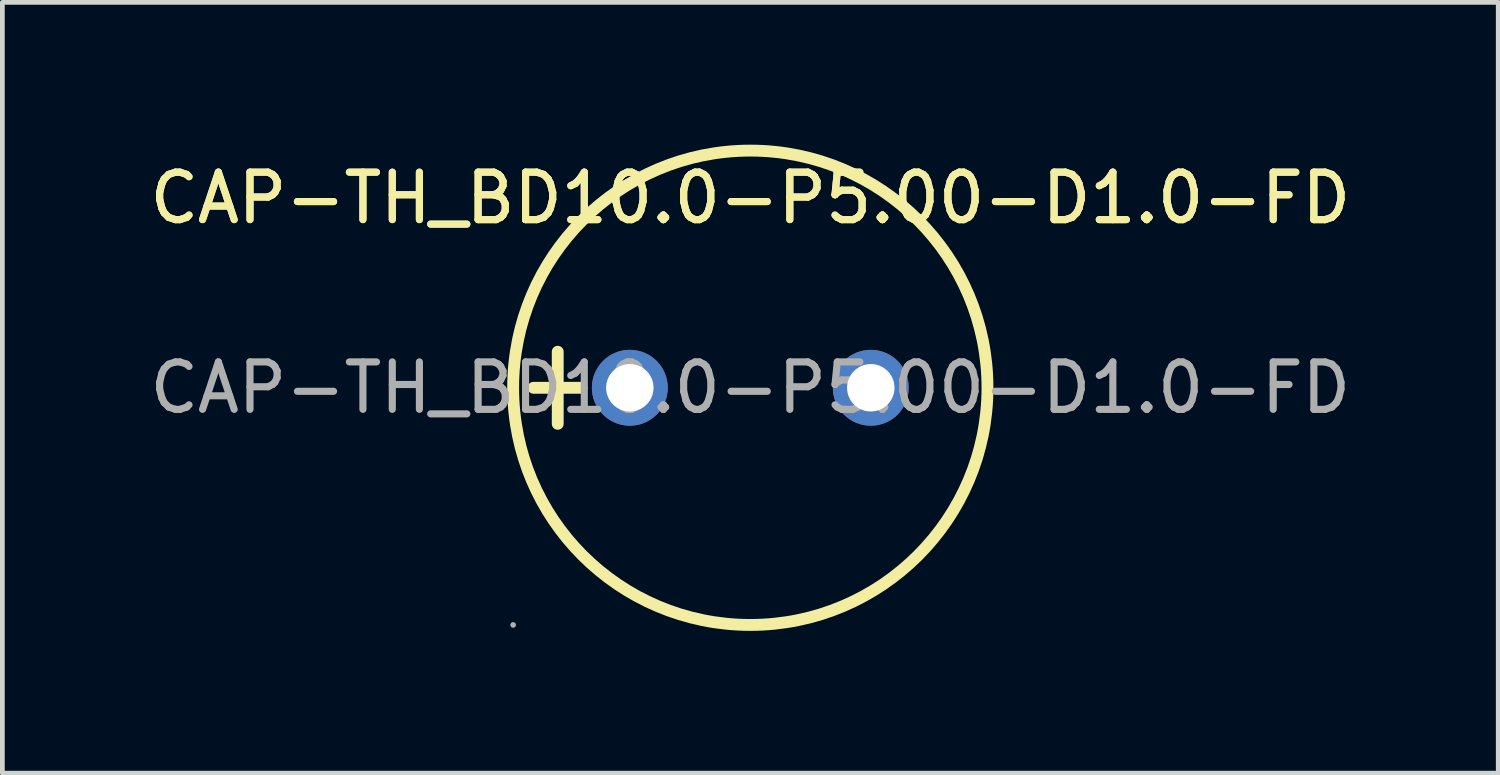
<source format=kicad_pcb>
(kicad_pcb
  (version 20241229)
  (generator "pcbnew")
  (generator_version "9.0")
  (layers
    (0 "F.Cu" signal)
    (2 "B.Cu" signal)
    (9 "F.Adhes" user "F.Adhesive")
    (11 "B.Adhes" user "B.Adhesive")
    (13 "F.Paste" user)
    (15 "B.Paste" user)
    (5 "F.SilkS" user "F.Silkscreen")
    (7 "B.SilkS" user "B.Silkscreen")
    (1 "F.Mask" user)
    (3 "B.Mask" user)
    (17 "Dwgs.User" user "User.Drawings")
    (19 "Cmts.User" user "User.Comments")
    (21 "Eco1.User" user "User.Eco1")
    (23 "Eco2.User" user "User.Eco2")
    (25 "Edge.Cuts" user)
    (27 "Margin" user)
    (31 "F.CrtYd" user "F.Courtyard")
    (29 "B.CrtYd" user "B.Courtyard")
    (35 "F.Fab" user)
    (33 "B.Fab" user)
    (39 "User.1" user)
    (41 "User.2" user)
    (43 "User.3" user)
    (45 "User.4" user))
  (footprint "CAP-TH_BD10.0-P5.00-D1.0-FD"
    (layer "F.Cu")
    (at 12.768 5.125)
    (property "Reference" "CAP-TH_BD10.0-P5.00-D1.0-FD" (at 0 -4 0) (layer "F.SilkS") (effects (font (size 1 1) (thickness 0.15))))
    (attr through_hole)
    (fp_line (start -4.57 0) (end -3.56 0) (stroke (width 0.25) (type solid)) (layer "F.SilkS"))
    (fp_line (start -4.06 -0.76) (end -4.06 0.76) (stroke (width 0.25) (type solid)) (layer "F.SilkS"))
    (fp_circle (center 0 0) (end 5 0) (stroke (width 0.25) (type solid)) (fill no) (layer "F.SilkS"))
    (fp_circle (center -5 5) (end -4.97 5) (stroke (width 0.06) (type solid)) (fill no) (layer "F.Fab"))
    (fp_circle (center -2.54 0) (end -2.39 0) (stroke (width 0.3) (type solid)) (fill no) (layer "F.Fab"))
    (fp_circle (center 2.54 0) (end 2.69 0) (stroke (width 0.3) (type solid)) (fill no) (layer "F.Fab"))
    (fp_text user "${REFERENCE}" (at 0 -4 0) (layer "F.SilkS") (effects (font (size 1 1) (thickness 0.15))))
    (fp_text user "${REFERENCE}" (at 0 0 0) (layer "F.Fab") (effects (font (size 1 1) (thickness 0.15))))
    (pad "1" thru_hole circle (at -2.54 0) (size 1.6 1.6) (drill 1) (layers "*.Cu" "*.Mask"))
    (pad "2" thru_hole circle (at 2.54 0) (size 1.6 1.6) (drill 1) (layers "*.Cu" "*.Mask")))
  (gr_rect
    (start -3 -3)
    (end 28.536 13.25)
    (stroke (width 0.1) (type default))
    (fill no)
    (layer "Edge.Cuts")))
</source>
